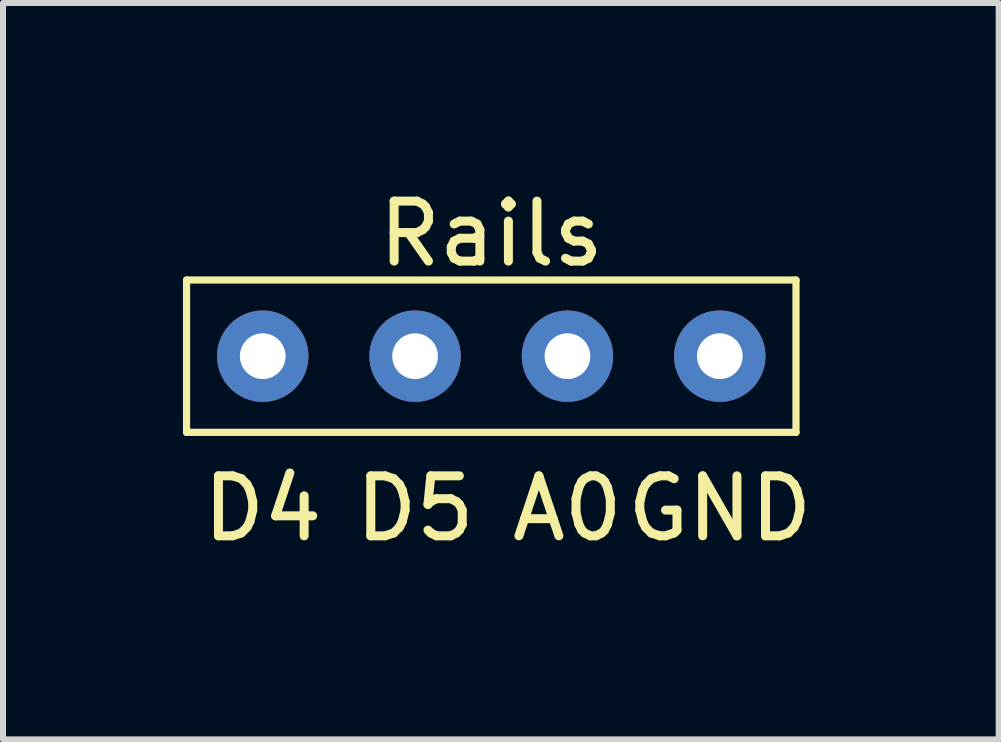
<source format=kicad_pcb>
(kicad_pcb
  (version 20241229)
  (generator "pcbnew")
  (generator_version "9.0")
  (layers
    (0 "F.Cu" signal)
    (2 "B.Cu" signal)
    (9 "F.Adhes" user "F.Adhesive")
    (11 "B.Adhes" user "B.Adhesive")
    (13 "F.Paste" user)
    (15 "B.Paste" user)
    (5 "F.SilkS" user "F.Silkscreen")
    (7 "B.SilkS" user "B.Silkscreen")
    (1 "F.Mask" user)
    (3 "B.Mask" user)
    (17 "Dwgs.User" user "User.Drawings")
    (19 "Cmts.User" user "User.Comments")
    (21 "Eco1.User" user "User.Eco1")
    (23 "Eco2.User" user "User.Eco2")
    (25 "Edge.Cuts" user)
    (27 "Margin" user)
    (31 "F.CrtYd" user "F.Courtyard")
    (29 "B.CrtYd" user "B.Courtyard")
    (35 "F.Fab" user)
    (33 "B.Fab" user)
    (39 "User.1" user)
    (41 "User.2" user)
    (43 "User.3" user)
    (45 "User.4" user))
  (footprint "Rails"
    (layer "F.Cu")
    (at 5.14 0.348)
    (property "Reference" "Rails" (at 0 0.5 0) (layer "F.SilkS") (effects (font (size 1 1) (thickness 0.15))))
    (attr through_hole)
    (fp_line (start -5.08 1.27) (end 5.08 1.27) (stroke (width 0.12) (type solid)) (layer "F.SilkS"))
    (fp_line (start -5.08 3.81) (end -5.08 1.27) (stroke (width 0.12) (type solid)) (layer "F.SilkS"))
    (fp_line (start 5.08 1.27) (end 5.08 3.81) (stroke (width 0.12) (type solid)) (layer "F.SilkS"))
    (fp_line (start 5.08 3.81) (end -5.08 3.81) (stroke (width 0.12) (type solid)) (layer "F.SilkS"))
    (fp_text user "D4" (at -3.81 5.08 0) (layer "F.SilkS") (effects (font (size 1 1) (thickness 0.15))))
    (fp_text user "D5" (at -1.27 5.08 0) (layer "F.SilkS") (effects (font (size 1 1) (thickness 0.15))))
    (fp_text user "A0" (at 1.27 5.08 0) (layer "F.SilkS") (effects (font (size 1 1) (thickness 0.15))))
    (fp_text user "GND" (at 3.81 5.08 0) (layer "F.SilkS") (effects (font (size 1 1) (thickness 0.15))))
    (pad "1" thru_hole circle (at -3.81 2.54) (size 1.524 1.524) (drill 0.762) (layers "*.Cu" "*.Mask"))
    (pad "2" thru_hole circle (at -1.27 2.54) (size 1.524 1.524) (drill 0.762) (layers "*.Cu" "*.Mask"))
    (pad "3" thru_hole circle (at 1.27 2.54) (size 1.524 1.524) (drill 0.762) (layers "*.Cu" "*.Mask"))
    (pad "4" thru_hole circle (at 3.81 2.54) (size 1.524 1.524) (drill 0.762) (layers "*.Cu" "*.Mask")))
  (gr_rect
    (start -3 -3)
    (end 13.599 9.277)
    (stroke (width 0.1) (type default))
    (fill no)
    (layer "Edge.Cuts")))
</source>
